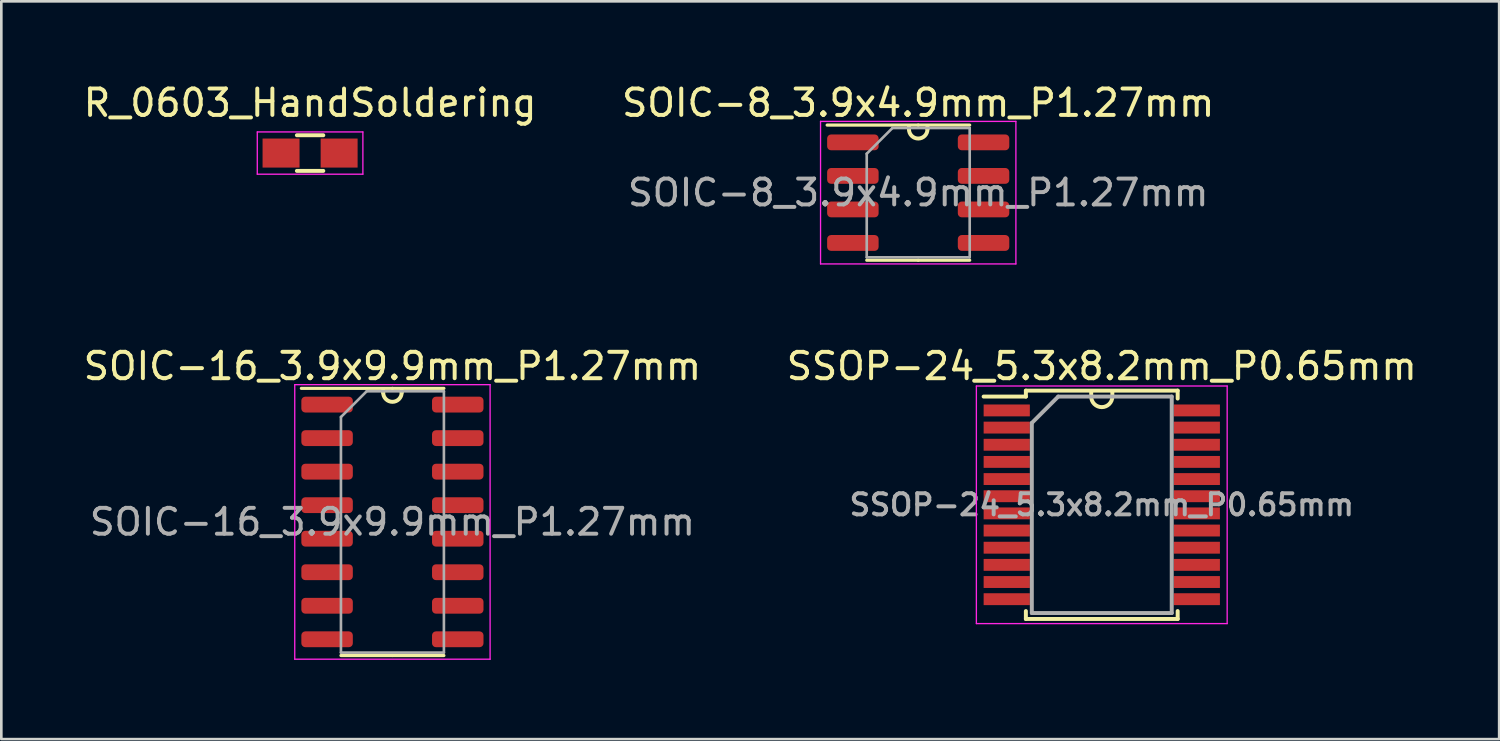
<source format=kicad_pcb>
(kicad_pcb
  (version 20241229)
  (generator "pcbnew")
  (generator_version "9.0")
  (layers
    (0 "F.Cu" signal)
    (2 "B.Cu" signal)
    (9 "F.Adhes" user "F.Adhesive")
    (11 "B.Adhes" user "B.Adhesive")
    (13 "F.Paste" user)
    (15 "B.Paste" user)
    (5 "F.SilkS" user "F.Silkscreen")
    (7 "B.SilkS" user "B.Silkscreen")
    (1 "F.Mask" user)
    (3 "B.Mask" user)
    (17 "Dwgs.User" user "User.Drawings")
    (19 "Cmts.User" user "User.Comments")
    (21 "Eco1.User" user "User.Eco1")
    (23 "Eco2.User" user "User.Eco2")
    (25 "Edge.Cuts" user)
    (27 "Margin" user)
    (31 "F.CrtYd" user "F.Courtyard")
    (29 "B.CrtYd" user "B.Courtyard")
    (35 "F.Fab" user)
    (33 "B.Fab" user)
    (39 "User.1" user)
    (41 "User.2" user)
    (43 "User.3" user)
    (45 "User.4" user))
  (footprint "SOIC-16_3.9x9.9mm_P1.27mm"
    (layer "F.Cu")
    (at 11.815 16.721)
    (property "Reference" "SOIC-16_3.9x9.9mm_P1.27mm" (at 0 -5.9 0) (layer "F.SilkS") (effects (font (size 1 1) (thickness 0.15))))
    (attr smd)
    (fp_line (start -0.35 -5) (end -0.35 -4.9) (stroke (width 0.15) (type solid)) (layer "F.SilkS"))
    (fp_line (start 0 -5.06) (end -3.45 -5.06) (stroke (width 0.12) (type solid)) (layer "F.SilkS"))
    (fp_line (start 0 -5.06) (end 1.95 -5.06) (stroke (width 0.12) (type solid)) (layer "F.SilkS"))
    (fp_line (start 0 5.06) (end -1.95 5.06) (stroke (width 0.12) (type solid)) (layer "F.SilkS"))
    (fp_line (start 0 5.06) (end 1.95 5.06) (stroke (width 0.12) (type solid)) (layer "F.SilkS"))
    (fp_line (start 0.35 -5) (end 0.35 -4.9) (stroke (width 0.15) (type solid)) (layer "F.SilkS"))
    (fp_arc (start 0.35 -4.9) (mid 0 -4.55) (end -0.35 -4.9) (stroke (width 0.15) (type solid)) (layer "F.SilkS"))
    (fp_line (start -3.7 -5.2) (end -3.7 5.2) (stroke (width 0.05) (type solid)) (layer "F.CrtYd"))
    (fp_line (start -3.7 5.2) (end 3.7 5.2) (stroke (width 0.05) (type solid)) (layer "F.CrtYd"))
    (fp_line (start 3.7 -5.2) (end -3.7 -5.2) (stroke (width 0.05) (type solid)) (layer "F.CrtYd"))
    (fp_line (start 3.7 5.2) (end 3.7 -5.2) (stroke (width 0.05) (type solid)) (layer "F.CrtYd"))
    (fp_line (start -1.95 -3.975) (end -0.975 -4.95) (stroke (width 0.1) (type solid)) (layer "F.Fab"))
    (fp_line (start -1.95 4.95) (end -1.95 -3.975) (stroke (width 0.1) (type solid)) (layer "F.Fab"))
    (fp_line (start -0.975 -4.95) (end 1.95 -4.95) (stroke (width 0.1) (type solid)) (layer "F.Fab"))
    (fp_line (start 1.95 -4.95) (end 1.95 4.95) (stroke (width 0.1) (type solid)) (layer "F.Fab"))
    (fp_line (start 1.95 4.95) (end -1.95 4.95) (stroke (width 0.1) (type solid)) (layer "F.Fab"))
    (fp_text user "${REFERENCE}" (at 0 0 0) (layer "F.Fab") (effects (font (size 0.98 0.98) (thickness 0.15))))
    (pad "1" smd roundrect (at -2.475 -4.445) (size 1.95 0.6) (layers "F.Cu" "F.Mask" "F.Paste") (roundrect_rratio 0.25))
    (pad "2" smd roundrect (at -2.475 -3.175) (size 1.95 0.6) (layers "F.Cu" "F.Mask" "F.Paste") (roundrect_rratio 0.25))
    (pad "3" smd roundrect (at -2.475 -1.905) (size 1.95 0.6) (layers "F.Cu" "F.Mask" "F.Paste") (roundrect_rratio 0.25))
    (pad "4" smd roundrect (at -2.475 -0.635) (size 1.95 0.6) (layers "F.Cu" "F.Mask" "F.Paste") (roundrect_rratio 0.25))
    (pad "5" smd roundrect (at -2.475 0.635) (size 1.95 0.6) (layers "F.Cu" "F.Mask" "F.Paste") (roundrect_rratio 0.25))
    (pad "6" smd roundrect (at -2.475 1.905) (size 1.95 0.6) (layers "F.Cu" "F.Mask" "F.Paste") (roundrect_rratio 0.25))
    (pad "7" smd roundrect (at -2.475 3.175) (size 1.95 0.6) (layers "F.Cu" "F.Mask" "F.Paste") (roundrect_rratio 0.25))
    (pad "8" smd roundrect (at -2.475 4.445) (size 1.95 0.6) (layers "F.Cu" "F.Mask" "F.Paste") (roundrect_rratio 0.25))
    (pad "9" smd roundrect (at 2.475 4.445) (size 1.95 0.6) (layers "F.Cu" "F.Mask" "F.Paste") (roundrect_rratio 0.25))
    (pad "10" smd roundrect (at 2.475 3.175) (size 1.95 0.6) (layers "F.Cu" "F.Mask" "F.Paste") (roundrect_rratio 0.25))
    (pad "11" smd roundrect (at 2.475 1.905) (size 1.95 0.6) (layers "F.Cu" "F.Mask" "F.Paste") (roundrect_rratio 0.25))
    (pad "12" smd roundrect (at 2.475 0.635) (size 1.95 0.6) (layers "F.Cu" "F.Mask" "F.Paste") (roundrect_rratio 0.25))
    (pad "13" smd roundrect (at 2.475 -0.635) (size 1.95 0.6) (layers "F.Cu" "F.Mask" "F.Paste") (roundrect_rratio 0.25))
    (pad "14" smd roundrect (at 2.475 -1.905) (size 1.95 0.6) (layers "F.Cu" "F.Mask" "F.Paste") (roundrect_rratio 0.25))
    (pad "15" smd roundrect (at 2.475 -3.175) (size 1.95 0.6) (layers "F.Cu" "F.Mask" "F.Paste") (roundrect_rratio 0.25))
    (pad "16" smd roundrect (at 2.475 -4.445) (size 1.95 0.6) (layers "F.Cu" "F.Mask" "F.Paste") (roundrect_rratio 0.25)))
  (footprint "SOIC-8_3.9x4.9mm_P1.27mm"
    (layer "F.Cu")
    (at 31.732 4.248)
    (property "Reference" "SOIC-8_3.9x4.9mm_P1.27mm" (at 0 -3.4 0) (layer "F.SilkS") (effects (font (size 1 1) (thickness 0.15))))
    (attr smd)
    (fp_line (start -0.35 -2.5) (end -0.35 -2.4) (stroke (width 0.15) (type solid)) (layer "F.SilkS"))
    (fp_line (start 0 -2.56) (end -3.45 -2.56) (stroke (width 0.12) (type solid)) (layer "F.SilkS"))
    (fp_line (start 0 -2.56) (end 1.95 -2.56) (stroke (width 0.12) (type solid)) (layer "F.SilkS"))
    (fp_line (start 0 2.56) (end -1.95 2.56) (stroke (width 0.12) (type solid)) (layer "F.SilkS"))
    (fp_line (start 0 2.56) (end 1.95 2.56) (stroke (width 0.12) (type solid)) (layer "F.SilkS"))
    (fp_line (start 0.35 -2.5) (end 0.35 -2.4) (stroke (width 0.15) (type solid)) (layer "F.SilkS"))
    (fp_arc (start 0.35 -2.4) (mid 0 -2.05) (end -0.35 -2.4) (stroke (width 0.15) (type solid)) (layer "F.SilkS"))
    (fp_line (start -3.7 -2.7) (end -3.7 2.7) (stroke (width 0.05) (type solid)) (layer "F.CrtYd"))
    (fp_line (start -3.7 2.7) (end 3.7 2.7) (stroke (width 0.05) (type solid)) (layer "F.CrtYd"))
    (fp_line (start 3.7 -2.7) (end -3.7 -2.7) (stroke (width 0.05) (type solid)) (layer "F.CrtYd"))
    (fp_line (start 3.7 2.7) (end 3.7 -2.7) (stroke (width 0.05) (type solid)) (layer "F.CrtYd"))
    (fp_line (start -1.95 -1.475) (end -0.975 -2.45) (stroke (width 0.1) (type solid)) (layer "F.Fab"))
    (fp_line (start -1.95 2.45) (end -1.95 -1.475) (stroke (width 0.1) (type solid)) (layer "F.Fab"))
    (fp_line (start -0.975 -2.45) (end 1.95 -2.45) (stroke (width 0.1) (type solid)) (layer "F.Fab"))
    (fp_line (start 1.95 -2.45) (end 1.95 2.45) (stroke (width 0.1) (type solid)) (layer "F.Fab"))
    (fp_line (start 1.95 2.45) (end -1.95 2.45) (stroke (width 0.1) (type solid)) (layer "F.Fab"))
    (fp_text user "${REFERENCE}" (at 0 0 0) (layer "F.Fab") (effects (font (size 0.98 0.98) (thickness 0.15))))
    (pad "1" smd roundrect (at -2.475 -1.905) (size 1.95 0.6) (layers "F.Cu" "F.Mask" "F.Paste") (roundrect_rratio 0.25))
    (pad "2" smd roundrect (at -2.475 -0.635) (size 1.95 0.6) (layers "F.Cu" "F.Mask" "F.Paste") (roundrect_rratio 0.25))
    (pad "3" smd roundrect (at -2.475 0.635) (size 1.95 0.6) (layers "F.Cu" "F.Mask" "F.Paste") (roundrect_rratio 0.25))
    (pad "4" smd roundrect (at -2.475 1.905) (size 1.95 0.6) (layers "F.Cu" "F.Mask" "F.Paste") (roundrect_rratio 0.25))
    (pad "5" smd roundrect (at 2.475 1.905) (size 1.95 0.6) (layers "F.Cu" "F.Mask" "F.Paste") (roundrect_rratio 0.25))
    (pad "6" smd roundrect (at 2.475 0.635) (size 1.95 0.6) (layers "F.Cu" "F.Mask" "F.Paste") (roundrect_rratio 0.25))
    (pad "7" smd roundrect (at 2.475 -0.635) (size 1.95 0.6) (layers "F.Cu" "F.Mask" "F.Paste") (roundrect_rratio 0.25))
    (pad "8" smd roundrect (at 2.475 -1.905) (size 1.95 0.6) (layers "F.Cu" "F.Mask" "F.Paste") (roundrect_rratio 0.25)))
  (footprint "SSOP-24_5.3x8.2mm_P0.65mm"
    (layer "F.Cu")
    (at 38.685 16.072)
    (property "Reference" "SSOP-24_5.3x8.2mm_P0.65mm" (at 0 -5.25 0) (layer "F.SilkS") (effects (font (size 1 1) (thickness 0.15))))
    (attr smd)
    (fp_line (start -2.875 -4.325) (end -2.875 -4.1) (stroke (width 0.15) (type solid)) (layer "F.SilkS"))
    (fp_line (start -2.875 -4.325) (end 2.875 -4.325) (stroke (width 0.15) (type solid)) (layer "F.SilkS"))
    (fp_line (start -2.875 -4.1) (end -4.475 -4.1) (stroke (width 0.15) (type solid)) (layer "F.SilkS"))
    (fp_line (start -2.875 4.325) (end -2.875 4.025) (stroke (width 0.15) (type solid)) (layer "F.SilkS"))
    (fp_line (start -2.875 4.325) (end 2.875 4.325) (stroke (width 0.15) (type solid)) (layer "F.SilkS"))
    (fp_line (start -0.4 -4.3) (end -0.4 -4.1) (stroke (width 0.15) (type solid)) (layer "F.SilkS"))
    (fp_line (start 0.4 -4.3) (end 0.4 -4.1) (stroke (width 0.15) (type solid)) (layer "F.SilkS"))
    (fp_line (start 2.875 -4.325) (end 2.875 -4.025) (stroke (width 0.15) (type solid)) (layer "F.SilkS"))
    (fp_line (start 2.875 4.325) (end 2.875 4.025) (stroke (width 0.15) (type solid)) (layer "F.SilkS"))
    (fp_arc (start 0.4 -4.1) (mid 0 -3.7) (end -0.4 -4.1) (stroke (width 0.15) (type solid)) (layer "F.SilkS"))
    (fp_line (start -4.75 -4.5) (end -4.75 4.5) (stroke (width 0.05) (type solid)) (layer "F.CrtYd"))
    (fp_line (start -4.75 -4.5) (end 4.75 -4.5) (stroke (width 0.05) (type solid)) (layer "F.CrtYd"))
    (fp_line (start -4.75 4.5) (end 4.75 4.5) (stroke (width 0.05) (type solid)) (layer "F.CrtYd"))
    (fp_line (start 4.75 -4.5) (end 4.75 4.5) (stroke (width 0.05) (type solid)) (layer "F.CrtYd"))
    (fp_line (start -2.65 -3.1) (end -1.65 -4.1) (stroke (width 0.15) (type solid)) (layer "F.Fab"))
    (fp_line (start -2.65 4.1) (end -2.65 -3.1) (stroke (width 0.15) (type solid)) (layer "F.Fab"))
    (fp_line (start -1.65 -4.1) (end 2.65 -4.1) (stroke (width 0.15) (type solid)) (layer "F.Fab"))
    (fp_line (start 2.65 -4.1) (end 2.65 4.1) (stroke (width 0.15) (type solid)) (layer "F.Fab"))
    (fp_line (start 2.65 4.1) (end -2.65 4.1) (stroke (width 0.15) (type solid)) (layer "F.Fab"))
    (fp_text user "${REFERENCE}" (at 0 0 0) (layer "F.Fab") (effects (font (size 0.8 0.8) (thickness 0.15))))
    (pad "1" smd rect (at -3.6 -3.575) (size 1.75 0.45) (layers "F.Cu" "F.Mask" "F.Paste"))
    (pad "2" smd rect (at -3.6 -2.925) (size 1.75 0.45) (layers "F.Cu" "F.Mask" "F.Paste"))
    (pad "3" smd rect (at -3.6 -2.275) (size 1.75 0.45) (layers "F.Cu" "F.Mask" "F.Paste"))
    (pad "4" smd rect (at -3.6 -1.625) (size 1.75 0.45) (layers "F.Cu" "F.Mask" "F.Paste"))
    (pad "5" smd rect (at -3.6 -0.975) (size 1.75 0.45) (layers "F.Cu" "F.Mask" "F.Paste"))
    (pad "6" smd rect (at -3.6 -0.325) (size 1.75 0.45) (layers "F.Cu" "F.Mask" "F.Paste"))
    (pad "7" smd rect (at -3.6 0.325) (size 1.75 0.45) (layers "F.Cu" "F.Mask" "F.Paste"))
    (pad "8" smd rect (at -3.6 0.975) (size 1.75 0.45) (layers "F.Cu" "F.Mask" "F.Paste"))
    (pad "9" smd rect (at -3.6 1.625) (size 1.75 0.45) (layers "F.Cu" "F.Mask" "F.Paste"))
    (pad "10" smd rect (at -3.6 2.275) (size 1.75 0.45) (layers "F.Cu" "F.Mask" "F.Paste"))
    (pad "11" smd rect (at -3.6 2.925) (size 1.75 0.45) (layers "F.Cu" "F.Mask" "F.Paste"))
    (pad "12" smd rect (at -3.6 3.575) (size 1.75 0.45) (layers "F.Cu" "F.Mask" "F.Paste"))
    (pad "13" smd rect (at 3.6 3.575) (size 1.75 0.45) (layers "F.Cu" "F.Mask" "F.Paste"))
    (pad "14" smd rect (at 3.6 2.925) (size 1.75 0.45) (layers "F.Cu" "F.Mask" "F.Paste"))
    (pad "15" smd rect (at 3.6 2.275) (size 1.75 0.45) (layers "F.Cu" "F.Mask" "F.Paste"))
    (pad "16" smd rect (at 3.6 1.625) (size 1.75 0.45) (layers "F.Cu" "F.Mask" "F.Paste"))
    (pad "17" smd rect (at 3.6 0.975) (size 1.75 0.45) (layers "F.Cu" "F.Mask" "F.Paste"))
    (pad "18" smd rect (at 3.6 0.325) (size 1.75 0.45) (layers "F.Cu" "F.Mask" "F.Paste"))
    (pad "19" smd rect (at 3.6 -0.325) (size 1.75 0.45) (layers "F.Cu" "F.Mask" "F.Paste"))
    (pad "20" smd rect (at 3.6 -0.975) (size 1.75 0.45) (layers "F.Cu" "F.Mask" "F.Paste"))
    (pad "21" smd rect (at 3.6 -1.625) (size 1.75 0.45) (layers "F.Cu" "F.Mask" "F.Paste"))
    (pad "22" smd rect (at 3.6 -2.275) (size 1.75 0.45) (layers "F.Cu" "F.Mask" "F.Paste"))
    (pad "23" smd rect (at 3.6 -2.925) (size 1.75 0.45) (layers "F.Cu" "F.Mask" "F.Paste"))
    (pad "24" smd rect (at 3.6 -3.575) (size 1.75 0.45) (layers "F.Cu" "F.Mask" "F.Paste")))
  (footprint "R_0603_HandSoldering"
    (layer "F.Cu")
    (at 8.696 2.748)
    (property "Reference" "R_0603_HandSoldering" (at 0 -1.9 0) (layer "F.SilkS") (effects (font (size 1 1) (thickness 0.15))))
    (attr smd)
    (fp_line (start -0.5 -0.675) (end 0.5 -0.675) (stroke (width 0.15) (type solid)) (layer "F.SilkS"))
    (fp_line (start 0.5 0.675) (end -0.5 0.675) (stroke (width 0.15) (type solid)) (layer "F.SilkS"))
    (fp_line (start -2 -0.8) (end -2 0.8) (stroke (width 0.05) (type solid)) (layer "F.CrtYd"))
    (fp_line (start -2 -0.8) (end 2 -0.8) (stroke (width 0.05) (type solid)) (layer "F.CrtYd"))
    (fp_line (start -2 0.8) (end 2 0.8) (stroke (width 0.05) (type solid)) (layer "F.CrtYd"))
    (fp_line (start 2 -0.8) (end 2 0.8) (stroke (width 0.05) (type solid)) (layer "F.CrtYd"))
    (pad "1" smd rect (at -1.1 0) (size 1.4 1.1) (layers "F.Cu" "F.Mask" "F.Paste"))
    (pad "2" smd rect (at 1.1 0) (size 1.4 1.1) (layers "F.Cu" "F.Mask" "F.Paste")))
  (gr_rect
    (start -3 -3)
    (end 53.738 24.947)
    (stroke (width 0.1) (type default))
    (fill no)
    (layer "Edge.Cuts")))
</source>
